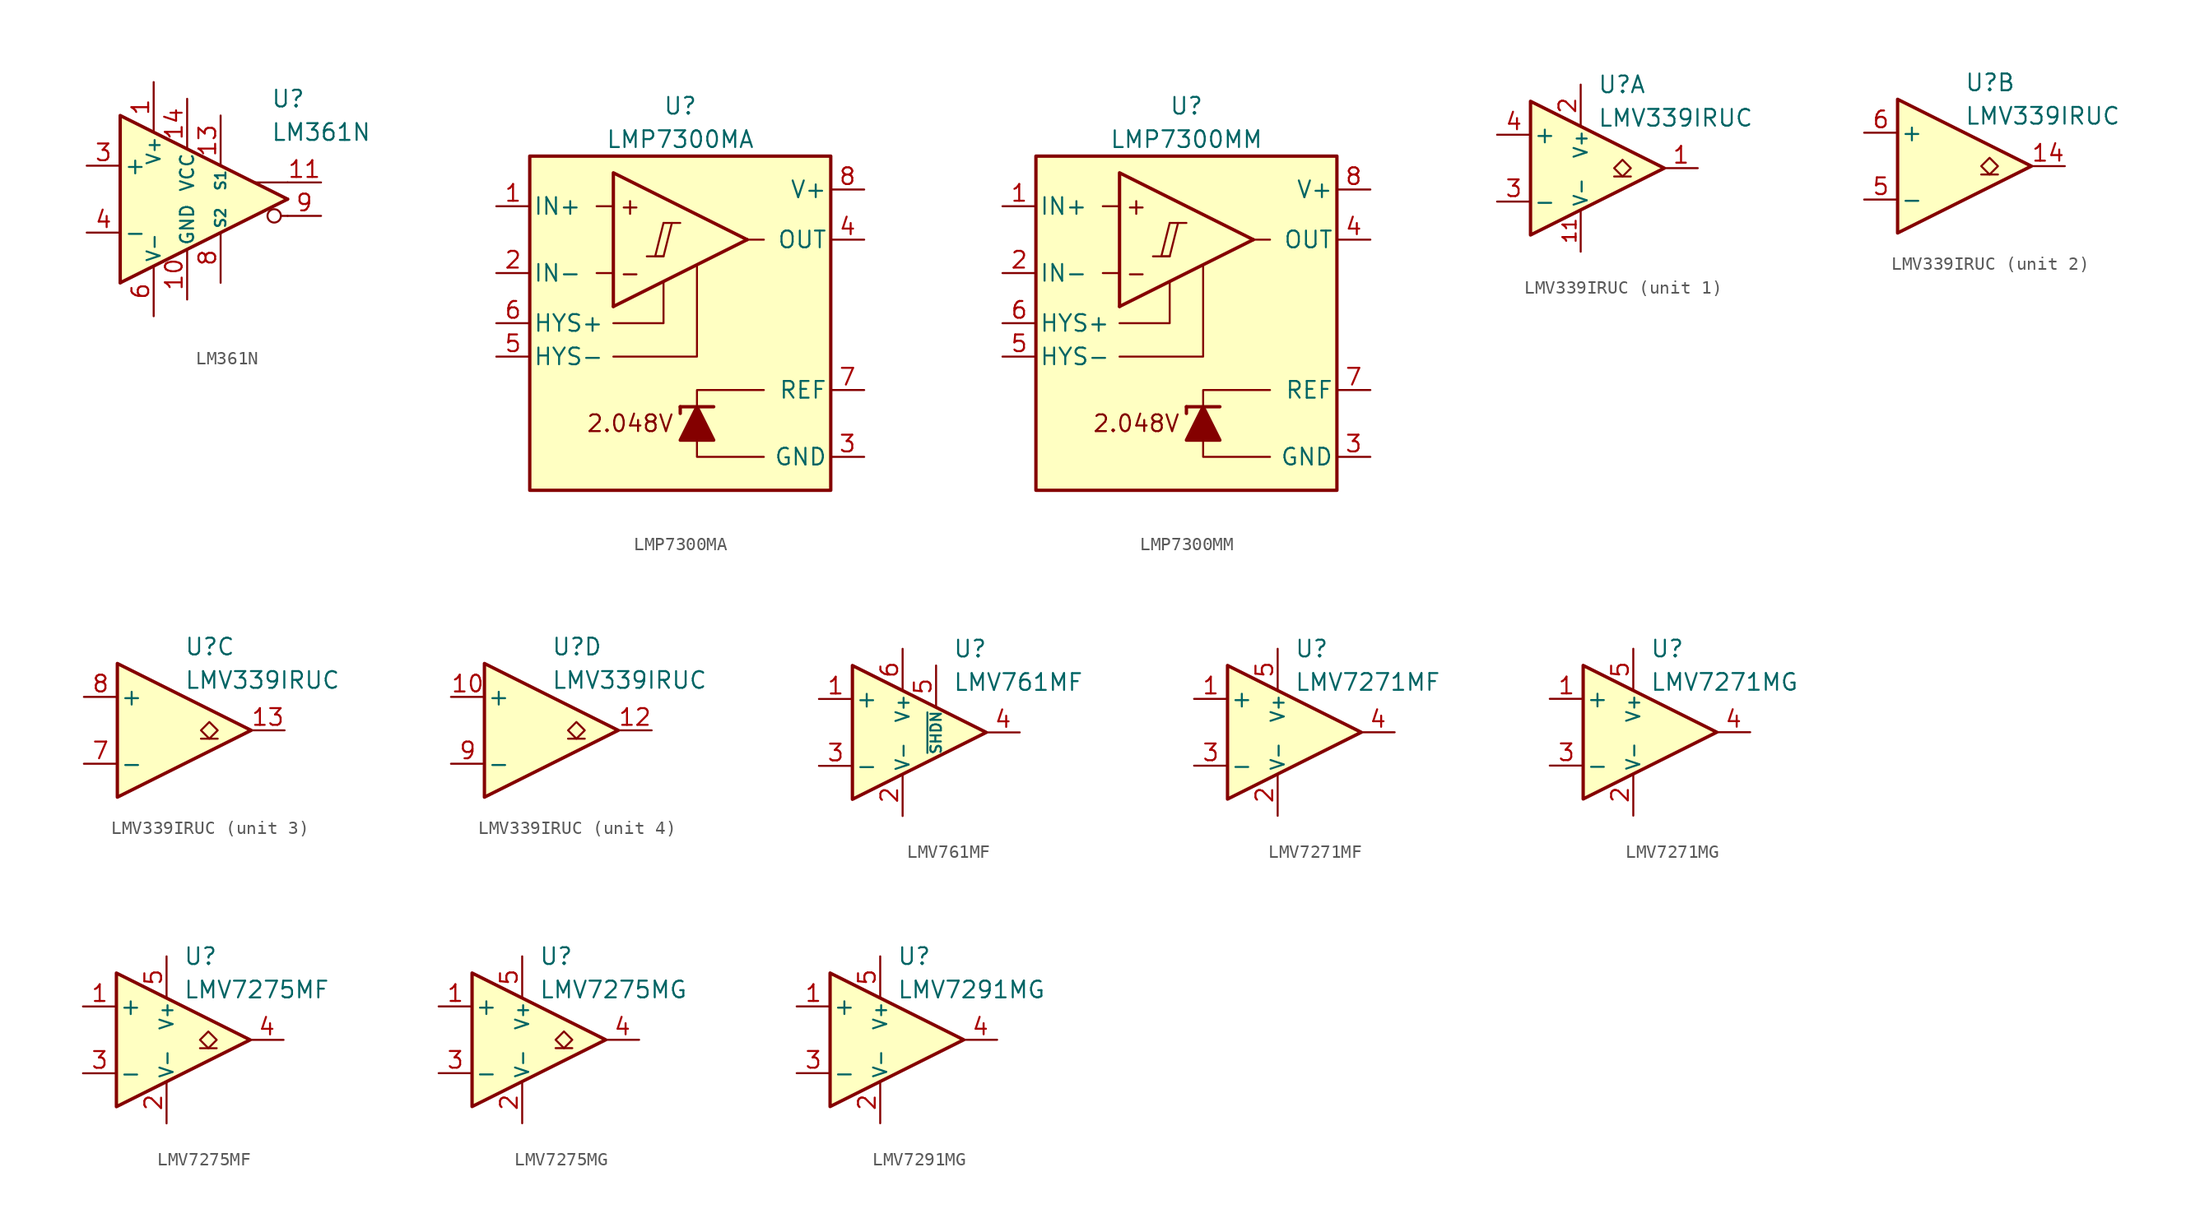
<source format=kicad_sym>
(kicad_symbol_lib
  (version 20231120)
  (generator "kicad_symbol_editor")
  (generator_version "8.0")
  (symbol "LM361N"
    (pin_names
      (offset 0.254))
    (property "Reference" "U"
      (at 6.35 7.62 0)
      (effects (font (size 1.27 1.27)) (justify left)))
    (property "Value" "LM361N"
      (at 6.35 5.08 0)
      (effects (font (size 1.27 1.27)) (justify left)))
    (symbol "LM361N_0_0"
      (polyline (pts (xy 7.62 -1.27) (xy 7.112 -1.27)) (stroke (width 0.152) (type default)) (fill (type none)))
      (polyline (pts (xy 7.62 0) (xy -5.08 -6.35)) (stroke (width 0.254) (type default)) (fill (type none)))
      (polyline (pts (xy 7.62 1.27) (xy 5.08 1.27)) (stroke (width 0.152) (type default)) (fill (type none)))
      (polyline (pts (xy 7.62 0) (xy -5.08 6.35) (xy -5.08 -6.35)) (stroke (width 0.254) (type default)) (fill (type background)))
      (circle (center 6.604 -1.27) (radius 0.508) (stroke (width 0.152) (type default)) (fill (type none))))
    (symbol "LM361N_1_1"
      (pin power_in line (at -2.54 8.89 270) (length 3.81) (name "V+" (effects (font (size 1 1)))) (number "1" (effects (font (size 1.27 1.27)))))
      (pin power_in line (at 0 -7.62 90) (length 3.81) (name "GND" (effects (font (size 1 1)))) (number "10" (effects (font (size 1.27 1.27)))))
      (pin output line (at 10.16 1.27 180) (length 2.54) (name "~" (effects (font (size 1.27 1.27)))) (number "11" (effects (font (size 1.27 1.27)))))
      (pin no_connect line (at 1.27 -2.54 90) (length 2.54) hide (name "NC" (effects (font (size 1.27 1.27)))) (number "12" (effects (font (size 1.27 1.27)))))
      (pin input line (at 2.54 6.35 270) (length 3.81) (name "S1" (effects (font (size 0.8 0.8)))) (number "13" (effects (font (size 1.27 1.27)))))
      (pin power_in line (at 0 7.62 270) (length 3.81) (name "VCC" (effects (font (size 1 1)))) (number "14" (effects (font (size 1.27 1.27)))))
      (pin no_connect line (at -1.27 2.54 270) (length 2.54) hide (name "NC" (effects (font (size 1.27 1.27)))) (number "2" (effects (font (size 1.27 1.27)))))
      (pin input line (at -7.62 2.54 0) (length 2.54) (name "+" (effects (font (size 1.27 1.27)))) (number "3" (effects (font (size 1.27 1.27)))))
      (pin input line (at -7.62 -2.54 0) (length 2.54) (name "-" (effects (font (size 1.27 1.27)))) (number "4" (effects (font (size 1.27 1.27)))))
      (pin no_connect line (at -1.27 -2.54 90) (length 2.54) hide (name "NC" (effects (font (size 1.27 1.27)))) (number "5" (effects (font (size 1.27 1.27)))))
      (pin power_in line (at -2.54 -8.89 90) (length 3.81) (name "V-" (effects (font (size 1 1)))) (number "6" (effects (font (size 1.27 1.27)))))
      (pin no_connect line (at 1.27 2.54 270) (length 2.54) hide (name "NC" (effects (font (size 1.27 1.27)))) (number "7" (effects (font (size 1.27 1.27)))))
      (pin input line (at 2.54 -6.35 90) (length 3.81) (name "S2" (effects (font (size 0.8 0.8)))) (number "8" (effects (font (size 1.27 1.27)))))
      (pin output line (at 10.16 -1.27 180) (length 2.54) (name "~" (effects (font (size 1.27 1.27)))) (number "9" (effects (font (size 1.27 1.27)))))))
  (symbol "LMP7300MA"
    (pin_names
      (offset 0.254))
    (property "Reference" "U"
      (at 0 16.51 0)
      (effects (font (size 1.27 1.27))))
    (property "Value" "LMP7300MA"
      (at 0 13.97 0)
      (effects (font (size 1.27 1.27))))
    (symbol "LMP7300MA_0_0"
      (polyline (pts (xy -2.54 5.08) (xy -1.27 5.08)) (stroke (width 0.152) (type default)) (fill (type none)))
      (polyline (pts (xy -1.27 7.62) (xy 0 7.62)) (stroke (width 0.152) (type default)) (fill (type none)))
      (polyline (pts (xy 5.08 6.35) (xy -5.08 1.27)) (stroke (width 0.254) (type default)) (fill (type none)))
      (polyline (pts (xy -5.08 -2.54) (xy 1.27 -2.54) (xy 1.27 4.445)) (stroke (width 0.152) (type default)) (fill (type none)))
      (polyline (pts (xy 5.08 6.35) (xy -5.08 11.43) (xy -5.08 1.27)) (stroke (width 0.254) (type default)) (fill (type background)))
      (polyline (pts (xy -1.27 7.62) (xy -1.905 5.08) (xy -1.27 5.08) (xy -0.635 7.62)) (stroke (width 0.152) (type default)) (fill (type none)))
      (text "+" (at -3.81 8.89 0) (effects (font (size 1.27 1.27))))
      (text "-" (at -3.81 3.81 0) (effects (font (size 1.27 1.27))))
      (text "2.048V" (at -3.81 -7.62 0) (effects (font (size 1.27 1.27)))))
    (symbol "LMP7300MA_0_1"
      (rectangle (start -11.43 12.7) (end 11.43 -12.7) (stroke (width 0.254) (type default)) (fill (type background)))
      (polyline (pts (xy -5.08 3.81) (xy -6.35 3.81)) (stroke (width 0) (type default)) (fill (type none)))
      (polyline (pts (xy -5.08 8.89) (xy -6.35 8.89)) (stroke (width 0) (type default)) (fill (type none)))
      (polyline (pts (xy 0 -6.35) (xy 0 -6.858)) (stroke (width 0.254) (type default)) (fill (type none)))
      (polyline (pts (xy 2.54 -6.35) (xy 0 -6.35)) (stroke (width 0.254) (type default)) (fill (type none)))
      (polyline (pts (xy 5.08 6.35) (xy 6.35 6.35)) (stroke (width 0) (type default)) (fill (type none)))
      (polyline (pts (xy -1.27 3.175) (xy -1.27 0) (xy -5.08 0)) (stroke (width 0) (type default)) (fill (type none)))
      (polyline (pts (xy 1.27 -8.89) (xy 1.27 -10.16) (xy 6.35 -10.16)) (stroke (width 0) (type default)) (fill (type none)))
      (polyline (pts (xy 1.27 -6.35) (xy 1.27 -5.08) (xy 6.35 -5.08)) (stroke (width 0) (type default)) (fill (type none)))
      (polyline (pts (xy 0 -8.89) (xy 2.54 -8.89) (xy 1.27 -6.35) (xy 0 -8.89)) (stroke (width 0.254) (type default)) (fill (type outline))))
    (symbol "LMP7300MA_1_1"
      (pin input line (at -13.97 8.89 0) (length 2.54) (name "IN+" (effects (font (size 1.27 1.27)))) (number "1" (effects (font (size 1.27 1.27)))))
      (pin input line (at -13.97 3.81 0) (length 2.54) (name "IN-" (effects (font (size 1.27 1.27)))) (number "2" (effects (font (size 1.27 1.27)))))
      (pin power_in line (at 13.97 -10.16 180) (length 2.54) (name "GND" (effects (font (size 1.27 1.27)))) (number "3" (effects (font (size 1.27 1.27)))))
      (pin output line (at 13.97 6.35 180) (length 2.54) (name "OUT" (effects (font (size 1.27 1.27)))) (number "4" (effects (font (size 1.27 1.27)))))
      (pin input line (at -13.97 -2.54 0) (length 2.54) (name "HYS-" (effects (font (size 1.27 1.27)))) (number "5" (effects (font (size 1.27 1.27)))))
      (pin input line (at -13.97 0 0) (length 2.54) (name "HYS+" (effects (font (size 1.27 1.27)))) (number "6" (effects (font (size 1.27 1.27)))))
      (pin output line (at 13.97 -5.08 180) (length 2.54) (name "REF" (effects (font (size 1.27 1.27)))) (number "7" (effects (font (size 1.27 1.27)))))
      (pin power_in line (at 13.97 10.16 180) (length 2.54) (name "V+" (effects (font (size 1.27 1.27)))) (number "8" (effects (font (size 1.27 1.27)))))))
  (symbol "LMP7300MM"
    (pin_names
      (offset 0.254))
    (property "Reference" "U"
      (at 0 16.51 0)
      (effects (font (size 1.27 1.27))))
    (property "Value" "LMP7300MM"
      (at 0 13.97 0)
      (effects (font (size 1.27 1.27))))
    (symbol "LMP7300MM_0_0"
      (polyline (pts (xy -2.54 5.08) (xy -1.27 5.08)) (stroke (width 0.152) (type default)) (fill (type none)))
      (polyline (pts (xy -1.27 7.62) (xy 0 7.62)) (stroke (width 0.152) (type default)) (fill (type none)))
      (polyline (pts (xy 5.08 6.35) (xy -5.08 1.27)) (stroke (width 0.254) (type default)) (fill (type none)))
      (polyline (pts (xy -5.08 -2.54) (xy 1.27 -2.54) (xy 1.27 4.445)) (stroke (width 0.152) (type default)) (fill (type none)))
      (polyline (pts (xy 5.08 6.35) (xy -5.08 11.43) (xy -5.08 1.27)) (stroke (width 0.254) (type default)) (fill (type background)))
      (polyline (pts (xy -1.27 7.62) (xy -1.905 5.08) (xy -1.27 5.08) (xy -0.635 7.62)) (stroke (width 0.152) (type default)) (fill (type none)))
      (text "+" (at -3.81 8.89 0) (effects (font (size 1.27 1.27))))
      (text "-" (at -3.81 3.81 0) (effects (font (size 1.27 1.27))))
      (text "2.048V" (at -3.81 -7.62 0) (effects (font (size 1.27 1.27)))))
    (symbol "LMP7300MM_0_1"
      (rectangle (start -11.43 12.7) (end 11.43 -12.7) (stroke (width 0.254) (type default)) (fill (type background)))
      (polyline (pts (xy -5.08 3.81) (xy -6.35 3.81)) (stroke (width 0) (type default)) (fill (type none)))
      (polyline (pts (xy -5.08 8.89) (xy -6.35 8.89)) (stroke (width 0) (type default)) (fill (type none)))
      (polyline (pts (xy 0 -6.35) (xy 0 -6.858)) (stroke (width 0.254) (type default)) (fill (type none)))
      (polyline (pts (xy 2.54 -6.35) (xy 0 -6.35)) (stroke (width 0.254) (type default)) (fill (type none)))
      (polyline (pts (xy 5.08 6.35) (xy 6.35 6.35)) (stroke (width 0) (type default)) (fill (type none)))
      (polyline (pts (xy -1.27 3.175) (xy -1.27 0) (xy -5.08 0)) (stroke (width 0) (type default)) (fill (type none)))
      (polyline (pts (xy 1.27 -8.89) (xy 1.27 -10.16) (xy 6.35 -10.16)) (stroke (width 0) (type default)) (fill (type none)))
      (polyline (pts (xy 1.27 -6.35) (xy 1.27 -5.08) (xy 6.35 -5.08)) (stroke (width 0) (type default)) (fill (type none)))
      (polyline (pts (xy 0 -8.89) (xy 2.54 -8.89) (xy 1.27 -6.35) (xy 0 -8.89)) (stroke (width 0.254) (type default)) (fill (type outline))))
    (symbol "LMP7300MM_1_1"
      (pin input line (at -13.97 8.89 0) (length 2.54) (name "IN+" (effects (font (size 1.27 1.27)))) (number "1" (effects (font (size 1.27 1.27)))))
      (pin input line (at -13.97 3.81 0) (length 2.54) (name "IN-" (effects (font (size 1.27 1.27)))) (number "2" (effects (font (size 1.27 1.27)))))
      (pin power_in line (at 13.97 -10.16 180) (length 2.54) (name "GND" (effects (font (size 1.27 1.27)))) (number "3" (effects (font (size 1.27 1.27)))))
      (pin output line (at 13.97 6.35 180) (length 2.54) (name "OUT" (effects (font (size 1.27 1.27)))) (number "4" (effects (font (size 1.27 1.27)))))
      (pin input line (at -13.97 -2.54 0) (length 2.54) (name "HYS-" (effects (font (size 1.27 1.27)))) (number "5" (effects (font (size 1.27 1.27)))))
      (pin input line (at -13.97 0 0) (length 2.54) (name "HYS+" (effects (font (size 1.27 1.27)))) (number "6" (effects (font (size 1.27 1.27)))))
      (pin output line (at 13.97 -5.08 180) (length 2.54) (name "REF" (effects (font (size 1.27 1.27)))) (number "7" (effects (font (size 1.27 1.27)))))
      (pin power_in line (at 13.97 10.16 180) (length 2.54) (name "V+" (effects (font (size 1.27 1.27)))) (number "8" (effects (font (size 1.27 1.27)))))))
  (symbol "LMV339IRUC"
    (pin_names
      (offset 0.2))
    (property "Reference" "U"
      (at 1.27 6.35 0)
      (effects (font (size 1.27 1.27)) (justify left)))
    (property "Value" "LMV339IRUC"
      (at 1.27 3.81 0)
      (effects (font (size 1.27 1.27)) (justify left)))
    (property "ki_locked" ""
      (at 0 0 0)
      (effects (font (size 1.27 1.27))))
    (symbol "LMV339IRUC_0_1"
      (polyline (pts (xy -3.81 5.08) (xy -3.81 -5.08) (xy 6.35 0) (xy -3.81 5.08)) (stroke (width 0.254) (type default)) (fill (type background))))
    (symbol "LMV339IRUC_1_1"
      (polyline (pts (xy 3.81 -0.635) (xy 2.54 -0.635)) (stroke (width 0.152) (type default)) (fill (type none)))
      (polyline (pts (xy 3.175 -0.635) (xy 2.54 0) (xy 3.175 0.635) (xy 3.81 0) (xy 3.175 -0.635)) (stroke (width 0.152) (type default)) (fill (type none)))
      (pin open_collector line (at 8.89 0 180) (length 2.54) (name "~" (effects (font (size 1.27 1.27)))) (number "1" (effects (font (size 1.27 1.27)))))
      (pin power_in line (at 0 -6.35 90) (length 3.18) (name "V-" (effects (font (size 1 1)))) (number "11" (effects (font (size 1 1)))))
      (pin power_in line (at 0 6.35 270) (length 3.18) (name "V+" (effects (font (size 1 1)))) (number "2" (effects (font (size 1.27 1.27)))))
      (pin input line (at -6.35 -2.54 0) (length 2.54) (name "-" (effects (font (size 1.27 1.27)))) (number "3" (effects (font (size 1.27 1.27)))))
      (pin input line (at -6.35 2.54 0) (length 2.54) (name "+" (effects (font (size 1.27 1.27)))) (number "4" (effects (font (size 1.27 1.27))))))
    (symbol "LMV339IRUC_2_1"
      (polyline (pts (xy 3.81 -0.635) (xy 2.54 -0.635)) (stroke (width 0.152) (type default)) (fill (type none)))
      (polyline (pts (xy 3.175 -0.635) (xy 2.54 0) (xy 3.175 0.635) (xy 3.81 0) (xy 3.175 -0.635)) (stroke (width 0.152) (type default)) (fill (type none)))
      (pin open_collector line (at 8.89 0 180) (length 2.54) (name "~" (effects (font (size 1.27 1.27)))) (number "14" (effects (font (size 1.27 1.27)))))
      (pin input line (at -6.35 -2.54 0) (length 2.54) (name "-" (effects (font (size 1.27 1.27)))) (number "5" (effects (font (size 1.27 1.27)))))
      (pin input line (at -6.35 2.54 0) (length 2.54) (name "+" (effects (font (size 1.27 1.27)))) (number "6" (effects (font (size 1.27 1.27))))))
    (symbol "LMV339IRUC_3_1"
      (polyline (pts (xy 3.81 -0.635) (xy 2.54 -0.635)) (stroke (width 0.152) (type default)) (fill (type none)))
      (polyline (pts (xy 3.175 -0.635) (xy 2.54 0) (xy 3.175 0.635) (xy 3.81 0) (xy 3.175 -0.635)) (stroke (width 0.152) (type default)) (fill (type none)))
      (pin open_collector line (at 8.89 0 180) (length 2.54) (name "~" (effects (font (size 1.27 1.27)))) (number "13" (effects (font (size 1.27 1.27)))))
      (pin input line (at -6.35 -2.54 0) (length 2.54) (name "-" (effects (font (size 1.27 1.27)))) (number "7" (effects (font (size 1.27 1.27)))))
      (pin input line (at -6.35 2.54 0) (length 2.54) (name "+" (effects (font (size 1.27 1.27)))) (number "8" (effects (font (size 1.27 1.27))))))
    (symbol "LMV339IRUC_4_1"
      (polyline (pts (xy 3.81 -0.635) (xy 2.54 -0.635)) (stroke (width 0.152) (type default)) (fill (type none)))
      (polyline (pts (xy 3.175 -0.635) (xy 2.54 0) (xy 3.175 0.635) (xy 3.81 0) (xy 3.175 -0.635)) (stroke (width 0.152) (type default)) (fill (type none)))
      (pin input line (at -6.35 2.54 0) (length 2.54) (name "+" (effects (font (size 1.27 1.27)))) (number "10" (effects (font (size 1.27 1.27)))))
      (pin open_collector line (at 8.89 0 180) (length 2.54) (name "~" (effects (font (size 1.27 1.27)))) (number "12" (effects (font (size 1.27 1.27)))))
      (pin input line (at -6.35 -2.54 0) (length 2.54) (name "-" (effects (font (size 1.27 1.27)))) (number "9" (effects (font (size 1.27 1.27)))))))
  (symbol "LMV761MF"
    (pin_names
      (offset 0.2))
    (property "Reference" "U"
      (at 3.81 6.35 0)
      (effects (font (size 1.27 1.27)) (justify left)))
    (property "Value" "LMV761MF"
      (at 3.81 3.81 0)
      (effects (font (size 1.27 1.27)) (justify left)))
    (symbol "LMV761MF_0_1"
      (polyline (pts (xy -3.81 5.08) (xy -3.81 -5.08) (xy 6.35 0) (xy -3.81 5.08)) (stroke (width 0.254) (type default)) (fill (type background))))
    (symbol "LMV761MF_1_1"
      (pin input line (at -6.35 2.54 0) (length 2.54) (name "+" (effects (font (size 1.27 1.27)))) (number "1" (effects (font (size 1.27 1.27)))))
      (pin power_in line (at 0 -6.35 90) (length 3.18) (name "V-" (effects (font (size 1 1)))) (number "2" (effects (font (size 1.27 1.27)))))
      (pin input line (at -6.35 -2.54 0) (length 2.54) (name "-" (effects (font (size 1.27 1.27)))) (number "3" (effects (font (size 1.27 1.27)))))
      (pin output line (at 8.89 0 180) (length 2.54) (name "~" (effects (font (size 1.27 1.27)))) (number "4" (effects (font (size 1.27 1.27)))))
      (pin input line (at 2.54 5.08 270) (length 3.18) (name "~{SHDN}" (effects (font (size 0.8 0.8)))) (number "5" (effects (font (size 1.27 1.27)))))
      (pin power_in line (at 0 6.35 270) (length 3.18) (name "V+" (effects (font (size 1 1)))) (number "6" (effects (font (size 1.27 1.27)))))))
  (symbol "LMV7271MF"
    (pin_names
      (offset 0.2))
    (property "Reference" "U"
      (at 1.27 6.35 0)
      (effects (font (size 1.27 1.27)) (justify left)))
    (property "Value" "LMV7271MF"
      (at 1.27 3.81 0)
      (effects (font (size 1.27 1.27)) (justify left)))
    (symbol "LMV7271MF_0_1"
      (polyline (pts (xy -3.81 5.08) (xy -3.81 -5.08) (xy 6.35 0) (xy -3.81 5.08)) (stroke (width 0.254) (type default)) (fill (type background))))
    (symbol "LMV7271MF_1_1"
      (pin input line (at -6.35 2.54 0) (length 2.54) (name "+" (effects (font (size 1.27 1.27)))) (number "1" (effects (font (size 1.27 1.27)))))
      (pin power_in line (at 0 -6.35 90) (length 3.18) (name "V-" (effects (font (size 1 1)))) (number "2" (effects (font (size 1.27 1.27)))))
      (pin input line (at -6.35 -2.54 0) (length 2.54) (name "-" (effects (font (size 1.27 1.27)))) (number "3" (effects (font (size 1.27 1.27)))))
      (pin output line (at 8.89 0 180) (length 2.54) (name "~" (effects (font (size 1.27 1.27)))) (number "4" (effects (font (size 1.27 1.27)))))
      (pin power_in line (at 0 6.35 270) (length 3.18) (name "V+" (effects (font (size 1 1)))) (number "5" (effects (font (size 1.27 1.27)))))))
  (symbol "LMV7271MG"
    (pin_names
      (offset 0.2))
    (property "Reference" "U"
      (at 1.27 6.35 0)
      (effects (font (size 1.27 1.27)) (justify left)))
    (property "Value" "LMV7271MG"
      (at 1.27 3.81 0)
      (effects (font (size 1.27 1.27)) (justify left)))
    (symbol "LMV7271MG_0_1"
      (polyline (pts (xy -3.81 5.08) (xy -3.81 -5.08) (xy 6.35 0) (xy -3.81 5.08)) (stroke (width 0.254) (type default)) (fill (type background))))
    (symbol "LMV7271MG_1_1"
      (pin input line (at -6.35 2.54 0) (length 2.54) (name "+" (effects (font (size 1.27 1.27)))) (number "1" (effects (font (size 1.27 1.27)))))
      (pin power_in line (at 0 -6.35 90) (length 3.18) (name "V-" (effects (font (size 1 1)))) (number "2" (effects (font (size 1.27 1.27)))))
      (pin input line (at -6.35 -2.54 0) (length 2.54) (name "-" (effects (font (size 1.27 1.27)))) (number "3" (effects (font (size 1.27 1.27)))))
      (pin output line (at 8.89 0 180) (length 2.54) (name "~" (effects (font (size 1.27 1.27)))) (number "4" (effects (font (size 1.27 1.27)))))
      (pin power_in line (at 0 6.35 270) (length 3.18) (name "V+" (effects (font (size 1 1)))) (number "5" (effects (font (size 1.27 1.27)))))))
  (symbol "LMV7275MF"
    (pin_names
      (offset 0.2))
    (property "Reference" "U"
      (at 1.27 6.35 0)
      (effects (font (size 1.27 1.27)) (justify left)))
    (property "Value" "LMV7275MF"
      (at 1.27 3.81 0)
      (effects (font (size 1.27 1.27)) (justify left)))
    (symbol "LMV7275MF_0_1"
      (polyline (pts (xy -3.81 5.08) (xy -3.81 -5.08) (xy 6.35 0) (xy -3.81 5.08)) (stroke (width 0.254) (type default)) (fill (type background))))
    (symbol "LMV7275MF_1_1"
      (polyline (pts (xy 3.81 -0.635) (xy 2.54 -0.635)) (stroke (width 0.152) (type default)) (fill (type none)))
      (polyline (pts (xy 3.175 -0.635) (xy 2.54 0) (xy 3.175 0.635) (xy 3.81 0) (xy 3.175 -0.635)) (stroke (width 0.152) (type default)) (fill (type none)))
      (pin input line (at -6.35 2.54 0) (length 2.54) (name "+" (effects (font (size 1.27 1.27)))) (number "1" (effects (font (size 1.27 1.27)))))
      (pin power_in line (at 0 -6.35 90) (length 3.18) (name "V-" (effects (font (size 1 1)))) (number "2" (effects (font (size 1.27 1.27)))))
      (pin input line (at -6.35 -2.54 0) (length 2.54) (name "-" (effects (font (size 1.27 1.27)))) (number "3" (effects (font (size 1.27 1.27)))))
      (pin open_collector line (at 8.89 0 180) (length 2.54) (name "~" (effects (font (size 1.27 1.27)))) (number "4" (effects (font (size 1.27 1.27)))))
      (pin power_in line (at 0 6.35 270) (length 3.18) (name "V+" (effects (font (size 1 1)))) (number "5" (effects (font (size 1.27 1.27)))))))
  (symbol "LMV7275MG"
    (pin_names
      (offset 0.2))
    (property "Reference" "U"
      (at 1.27 6.35 0)
      (effects (font (size 1.27 1.27)) (justify left)))
    (property "Value" "LMV7275MG"
      (at 1.27 3.81 0)
      (effects (font (size 1.27 1.27)) (justify left)))
    (symbol "LMV7275MG_0_1"
      (polyline (pts (xy -3.81 5.08) (xy -3.81 -5.08) (xy 6.35 0) (xy -3.81 5.08)) (stroke (width 0.254) (type default)) (fill (type background))))
    (symbol "LMV7275MG_1_1"
      (polyline (pts (xy 3.81 -0.635) (xy 2.54 -0.635)) (stroke (width 0.152) (type default)) (fill (type none)))
      (polyline (pts (xy 3.175 -0.635) (xy 2.54 0) (xy 3.175 0.635) (xy 3.81 0) (xy 3.175 -0.635)) (stroke (width 0.152) (type default)) (fill (type none)))
      (pin input line (at -6.35 2.54 0) (length 2.54) (name "+" (effects (font (size 1.27 1.27)))) (number "1" (effects (font (size 1.27 1.27)))))
      (pin power_in line (at 0 -6.35 90) (length 3.18) (name "V-" (effects (font (size 1 1)))) (number "2" (effects (font (size 1.27 1.27)))))
      (pin input line (at -6.35 -2.54 0) (length 2.54) (name "-" (effects (font (size 1.27 1.27)))) (number "3" (effects (font (size 1.27 1.27)))))
      (pin open_collector line (at 8.89 0 180) (length 2.54) (name "~" (effects (font (size 1.27 1.27)))) (number "4" (effects (font (size 1.27 1.27)))))
      (pin power_in line (at 0 6.35 270) (length 3.18) (name "V+" (effects (font (size 1 1)))) (number "5" (effects (font (size 1.27 1.27)))))))
  (symbol "LMV7291MG"
    (pin_names
      (offset 0.2))
    (property "Reference" "U"
      (at 1.27 6.35 0)
      (effects (font (size 1.27 1.27)) (justify left)))
    (property "Value" "LMV7291MG"
      (at 1.27 3.81 0)
      (effects (font (size 1.27 1.27)) (justify left)))
    (symbol "LMV7291MG_0_1"
      (polyline (pts (xy -3.81 5.08) (xy -3.81 -5.08) (xy 6.35 0) (xy -3.81 5.08)) (stroke (width 0.254) (type default)) (fill (type background))))
    (symbol "LMV7291MG_1_1"
      (pin input line (at -6.35 2.54 0) (length 2.54) (name "+" (effects (font (size 1.27 1.27)))) (number "1" (effects (font (size 1.27 1.27)))))
      (pin power_in line (at 0 -6.35 90) (length 3.18) (name "V-" (effects (font (size 1 1)))) (number "2" (effects (font (size 1.27 1.27)))))
      (pin input line (at -6.35 -2.54 0) (length 2.54) (name "-" (effects (font (size 1.27 1.27)))) (number "3" (effects (font (size 1.27 1.27)))))
      (pin output line (at 8.89 0 180) (length 2.54) (name "~" (effects (font (size 1.27 1.27)))) (number "4" (effects (font (size 1.27 1.27)))))
      (pin power_in line (at 0 6.35 270) (length 3.18) (name "V+" (effects (font (size 1 1)))) (number "5" (effects (font (size 1.27 1.27))))))))
</source>
